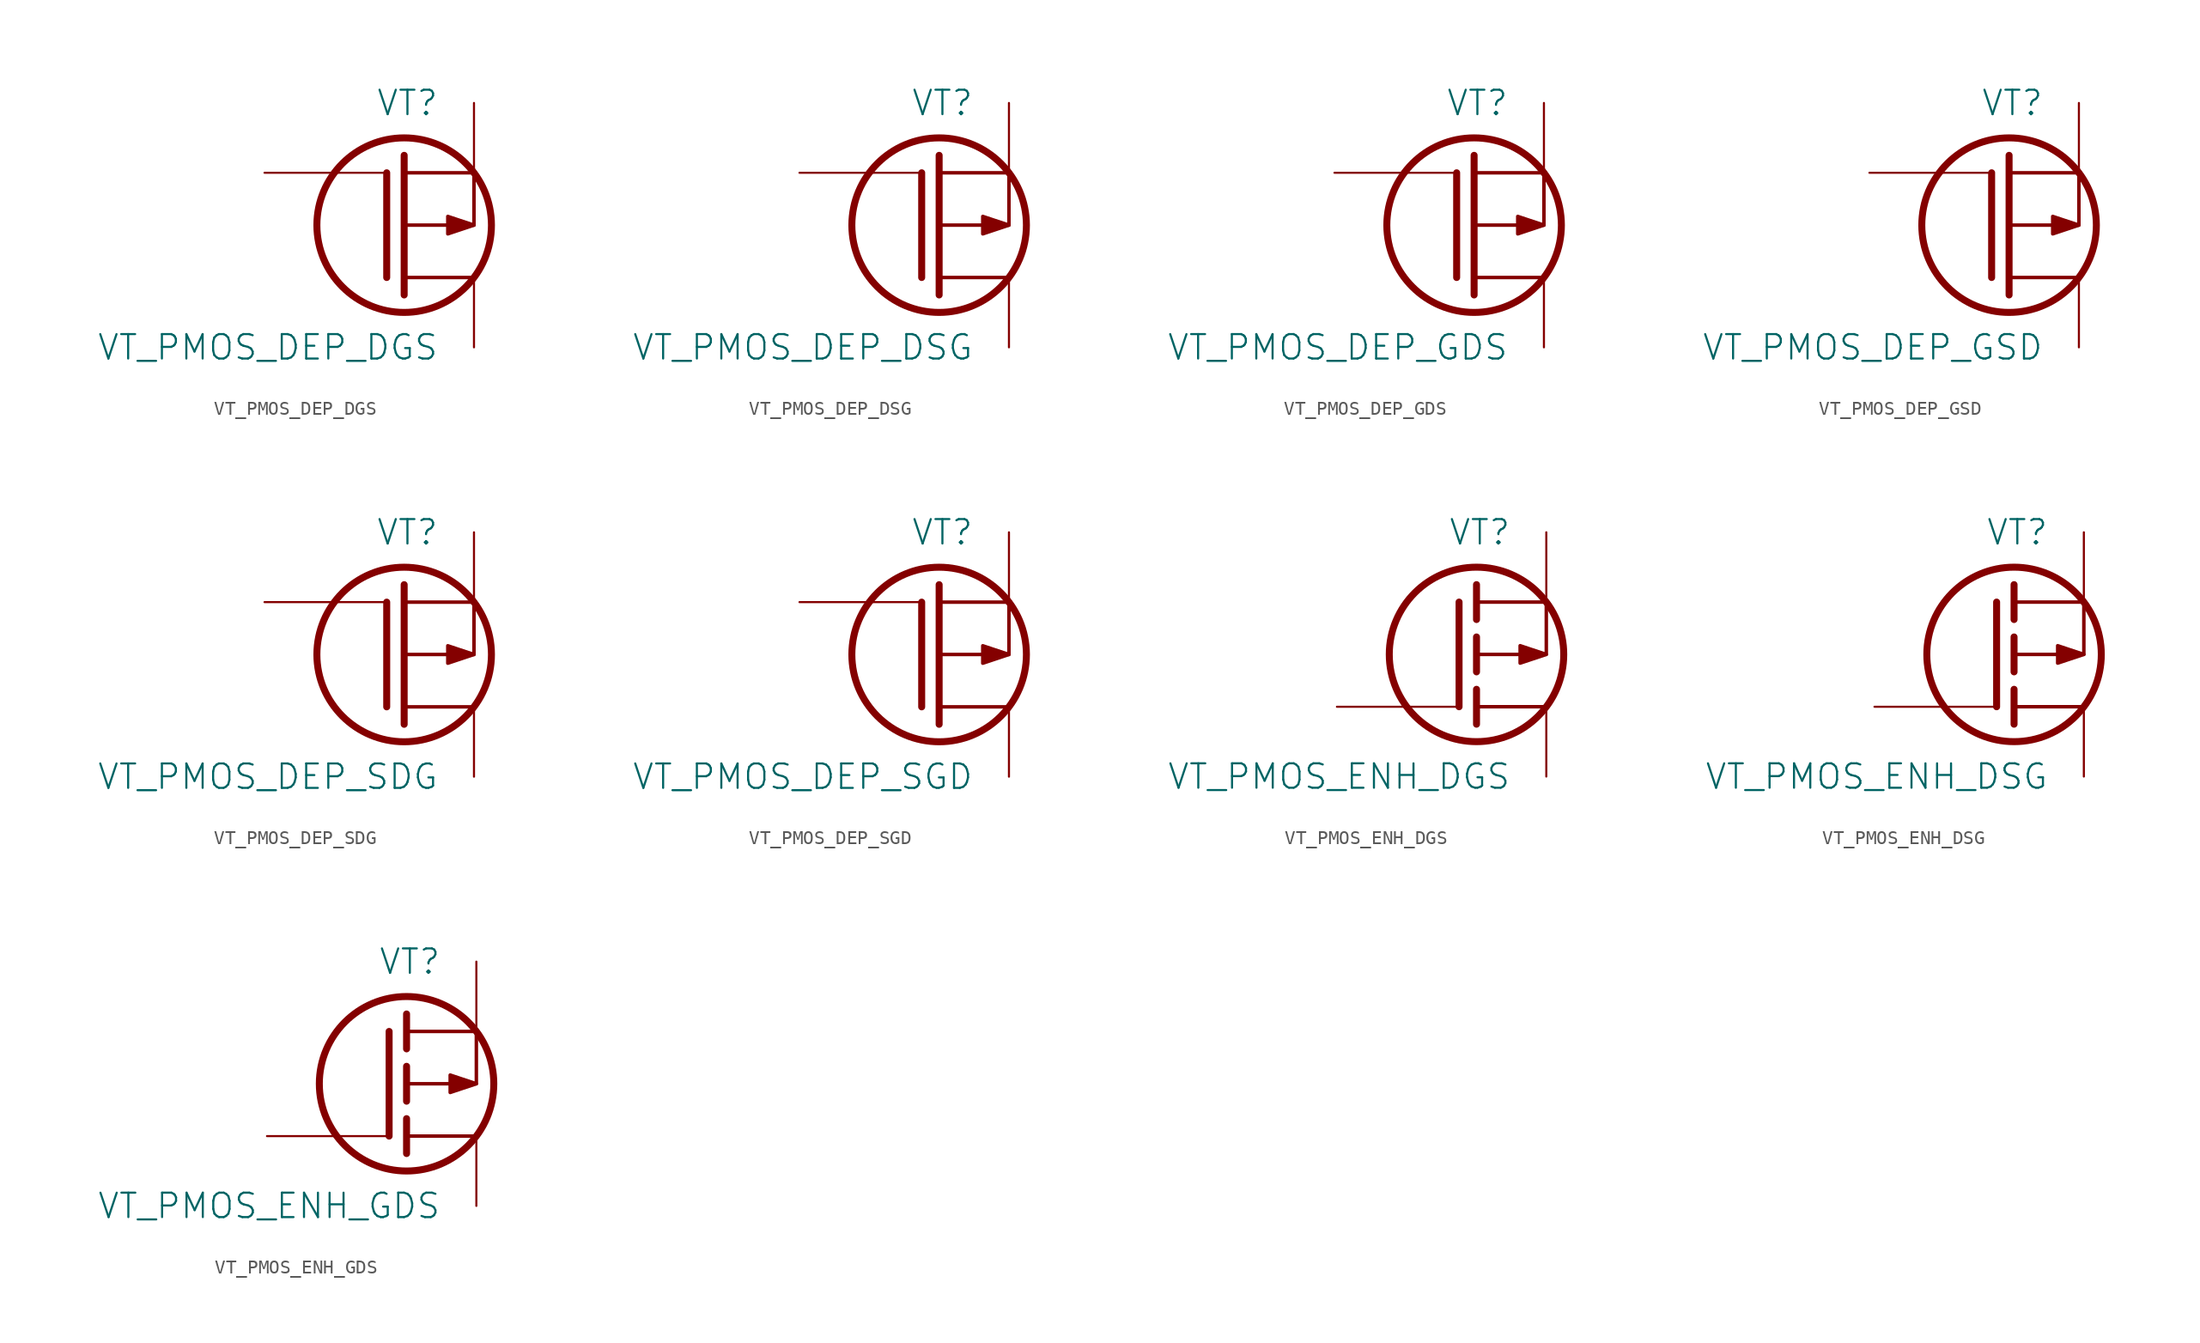
<source format=kicad_sym>
(kicad_symbol_lib
  (version 20211014)
  (generator kicad_symbol_editor)
  (symbol "VT_PMOS_DEP_DGS"
    (pin_names
      (offset 0))
    (property "Reference" "VT"
      (at 2.54 8.89 0)
      (effects (font (size 1.778 1.778)) (justify right)))
    (property "Value" "VT_PMOS_DEP_DGS"
      (at 2.54 -8.89 0)
      (effects (font (size 1.778 1.778)) (justify right)))
    (symbol "VT_PMOS_DEP_DGS_0_1"
      (polyline (pts (xy -10.16 3.81) (xy -1.27 3.81)) (stroke (width 0) (type default) (color 0 0 0 0)) (fill (type none)))
      (polyline (pts (xy -1.27 3.81) (xy -1.27 -3.81)) (stroke (width 0.508) (type default) (color 0 0 0 0)) (fill (type none)))
      (polyline (pts (xy 0 -3.81) (xy 5.08 -3.81)) (stroke (width 0.254) (type default) (color 0 0 0 0)) (fill (type none)))
      (polyline (pts (xy 0 3.81) (xy 5.08 3.81)) (stroke (width 0.254) (type default) (color 0 0 0 0)) (fill (type none)))
      (polyline (pts (xy 0 5.08) (xy 0 -5.08)) (stroke (width 0.508) (type default) (color 0 0 0 0)) (fill (type none)))
      (polyline (pts (xy 5.08 -3.81) (xy 5.08 -8.89)) (stroke (width 0) (type default) (color 0 0 0 0)) (fill (type none)))
      (polyline (pts (xy 5.08 3.81) (xy 5.08 8.89)) (stroke (width 0) (type default) (color 0 0 0 0)) (fill (type none)))
      (polyline (pts (xy 0 0) (xy 5.08 0) (xy 5.08 3.81)) (stroke (width 0.254) (type default) (color 0 0 0 0)) (fill (type none)))
      (polyline (pts (xy 3.175 -0.635) (xy 5.08 0) (xy 3.175 0.635) (xy 3.175 -0.635)) (stroke (width 0.254) (type default) (color 0 0 0 0)) (fill (type outline)))
      (circle (center 0 0) (radius 6.35) (stroke (width 0.508) (type default) (color 0 0 0 0)) (fill (type none))))
    (symbol "VT_PMOS_DEP_DGS_1_1"
      (pin passive line (at 5.08 -8.89 90) (length 2.54) hide (name "D" (effects (font (size 1.27 1.27)))) (number "1" (effects (font (size 1.27 1.27)))))
      (pin passive line (at -10.16 3.81 0) (length 2.54) hide (name "G" (effects (font (size 1.27 1.27)))) (number "2" (effects (font (size 1.27 1.27)))))
      (pin passive line (at 5.08 8.89 270) (length 2.54) hide (name "S" (effects (font (size 1.27 1.27)))) (number "3" (effects (font (size 1.27 1.27)))))))
  (symbol "VT_PMOS_DEP_DSG"
    (pin_names
      (offset 0))
    (property "Reference" "VT"
      (at 2.54 8.89 0)
      (effects (font (size 1.778 1.778)) (justify right)))
    (property "Value" "VT_PMOS_DEP_DSG"
      (at 2.54 -8.89 0)
      (effects (font (size 1.778 1.778)) (justify right)))
    (symbol "VT_PMOS_DEP_DSG_0_1"
      (polyline (pts (xy -10.16 3.81) (xy -1.27 3.81)) (stroke (width 0) (type default) (color 0 0 0 0)) (fill (type none)))
      (polyline (pts (xy -1.27 3.81) (xy -1.27 -3.81)) (stroke (width 0.508) (type default) (color 0 0 0 0)) (fill (type none)))
      (polyline (pts (xy 0 -3.81) (xy 5.08 -3.81)) (stroke (width 0.254) (type default) (color 0 0 0 0)) (fill (type none)))
      (polyline (pts (xy 0 3.81) (xy 5.08 3.81)) (stroke (width 0.254) (type default) (color 0 0 0 0)) (fill (type none)))
      (polyline (pts (xy 0 5.08) (xy 0 -5.08)) (stroke (width 0.508) (type default) (color 0 0 0 0)) (fill (type none)))
      (polyline (pts (xy 5.08 -3.81) (xy 5.08 -8.89)) (stroke (width 0) (type default) (color 0 0 0 0)) (fill (type none)))
      (polyline (pts (xy 5.08 3.81) (xy 5.08 8.89)) (stroke (width 0) (type default) (color 0 0 0 0)) (fill (type none)))
      (polyline (pts (xy 0 0) (xy 5.08 0) (xy 5.08 3.81)) (stroke (width 0.254) (type default) (color 0 0 0 0)) (fill (type none)))
      (polyline (pts (xy 3.175 -0.635) (xy 5.08 0) (xy 3.175 0.635) (xy 3.175 -0.635)) (stroke (width 0.254) (type default) (color 0 0 0 0)) (fill (type outline)))
      (circle (center 0 0) (radius 6.35) (stroke (width 0.508) (type default) (color 0 0 0 0)) (fill (type none))))
    (symbol "VT_PMOS_DEP_DSG_1_1"
      (pin passive line (at 5.08 -8.89 90) (length 2.54) hide (name "D" (effects (font (size 1.27 1.27)))) (number "1" (effects (font (size 1.27 1.27)))))
      (pin passive line (at 5.08 8.89 270) (length 2.54) hide (name "S" (effects (font (size 1.27 1.27)))) (number "2" (effects (font (size 1.27 1.27)))))
      (pin passive line (at -10.16 3.81 0) (length 2.54) hide (name "G" (effects (font (size 1.27 1.27)))) (number "3" (effects (font (size 1.27 1.27)))))))
  (symbol "VT_PMOS_DEP_GDS"
    (pin_names
      (offset 0))
    (property "Reference" "VT"
      (at 2.54 8.89 0)
      (effects (font (size 1.778 1.778)) (justify right)))
    (property "Value" "VT_PMOS_DEP_GDS"
      (at 2.54 -8.89 0)
      (effects (font (size 1.778 1.778)) (justify right)))
    (symbol "VT_PMOS_DEP_GDS_0_1"
      (polyline (pts (xy -10.16 3.81) (xy -1.27 3.81)) (stroke (width 0) (type default) (color 0 0 0 0)) (fill (type none)))
      (polyline (pts (xy -1.27 3.81) (xy -1.27 -3.81)) (stroke (width 0.508) (type default) (color 0 0 0 0)) (fill (type none)))
      (polyline (pts (xy 0 -3.81) (xy 5.08 -3.81)) (stroke (width 0.254) (type default) (color 0 0 0 0)) (fill (type none)))
      (polyline (pts (xy 0 3.81) (xy 5.08 3.81)) (stroke (width 0.254) (type default) (color 0 0 0 0)) (fill (type none)))
      (polyline (pts (xy 0 5.08) (xy 0 -5.08)) (stroke (width 0.508) (type default) (color 0 0 0 0)) (fill (type none)))
      (polyline (pts (xy 5.08 -3.81) (xy 5.08 -8.89)) (stroke (width 0) (type default) (color 0 0 0 0)) (fill (type none)))
      (polyline (pts (xy 5.08 3.81) (xy 5.08 8.89)) (stroke (width 0) (type default) (color 0 0 0 0)) (fill (type none)))
      (polyline (pts (xy 0 0) (xy 5.08 0) (xy 5.08 3.81)) (stroke (width 0.254) (type default) (color 0 0 0 0)) (fill (type none)))
      (polyline (pts (xy 3.175 -0.635) (xy 5.08 0) (xy 3.175 0.635) (xy 3.175 -0.635)) (stroke (width 0.254) (type default) (color 0 0 0 0)) (fill (type outline)))
      (circle (center 0 0) (radius 6.35) (stroke (width 0.508) (type default) (color 0 0 0 0)) (fill (type none))))
    (symbol "VT_PMOS_DEP_GDS_1_1"
      (pin passive line (at -10.16 3.81 0) (length 2.54) hide (name "G" (effects (font (size 1.27 1.27)))) (number "1" (effects (font (size 1.27 1.27)))))
      (pin passive line (at 5.08 -8.89 90) (length 2.54) hide (name "D" (effects (font (size 1.27 1.27)))) (number "2" (effects (font (size 1.27 1.27)))))
      (pin passive line (at 5.08 8.89 270) (length 2.54) hide (name "S" (effects (font (size 1.27 1.27)))) (number "3" (effects (font (size 1.27 1.27)))))))
  (symbol "VT_PMOS_DEP_GSD"
    (pin_names
      (offset 0))
    (property "Reference" "VT"
      (at 2.54 8.89 0)
      (effects (font (size 1.778 1.778)) (justify right)))
    (property "Value" "VT_PMOS_DEP_GSD"
      (at 2.54 -8.89 0)
      (effects (font (size 1.778 1.778)) (justify right)))
    (symbol "VT_PMOS_DEP_GSD_0_1"
      (polyline (pts (xy -10.16 3.81) (xy -1.27 3.81)) (stroke (width 0) (type default) (color 0 0 0 0)) (fill (type none)))
      (polyline (pts (xy -1.27 3.81) (xy -1.27 -3.81)) (stroke (width 0.508) (type default) (color 0 0 0 0)) (fill (type none)))
      (polyline (pts (xy 0 -3.81) (xy 5.08 -3.81)) (stroke (width 0.254) (type default) (color 0 0 0 0)) (fill (type none)))
      (polyline (pts (xy 0 3.81) (xy 5.08 3.81)) (stroke (width 0.254) (type default) (color 0 0 0 0)) (fill (type none)))
      (polyline (pts (xy 0 5.08) (xy 0 -5.08)) (stroke (width 0.508) (type default) (color 0 0 0 0)) (fill (type none)))
      (polyline (pts (xy 5.08 -3.81) (xy 5.08 -8.89)) (stroke (width 0) (type default) (color 0 0 0 0)) (fill (type none)))
      (polyline (pts (xy 5.08 3.81) (xy 5.08 8.89)) (stroke (width 0) (type default) (color 0 0 0 0)) (fill (type none)))
      (polyline (pts (xy 0 0) (xy 5.08 0) (xy 5.08 3.81)) (stroke (width 0.254) (type default) (color 0 0 0 0)) (fill (type none)))
      (polyline (pts (xy 3.175 -0.635) (xy 5.08 0) (xy 3.175 0.635) (xy 3.175 -0.635)) (stroke (width 0.254) (type default) (color 0 0 0 0)) (fill (type outline)))
      (circle (center 0 0) (radius 6.35) (stroke (width 0.508) (type default) (color 0 0 0 0)) (fill (type none))))
    (symbol "VT_PMOS_DEP_GSD_1_1"
      (pin passive line (at -10.16 3.81 0) (length 2.54) hide (name "G" (effects (font (size 1.27 1.27)))) (number "1" (effects (font (size 1.27 1.27)))))
      (pin passive line (at 5.08 8.89 270) (length 2.54) hide (name "S" (effects (font (size 1.27 1.27)))) (number "2" (effects (font (size 1.27 1.27)))))
      (pin passive line (at 5.08 -8.89 90) (length 2.54) hide (name "D" (effects (font (size 1.27 1.27)))) (number "3" (effects (font (size 1.27 1.27)))))))
  (symbol "VT_PMOS_DEP_SDG"
    (pin_names
      (offset 0))
    (property "Reference" "VT"
      (at 2.54 8.89 0)
      (effects (font (size 1.778 1.778)) (justify right)))
    (property "Value" "VT_PMOS_DEP_SDG"
      (at 2.54 -8.89 0)
      (effects (font (size 1.778 1.778)) (justify right)))
    (symbol "VT_PMOS_DEP_SDG_0_1"
      (polyline (pts (xy -10.16 3.81) (xy -1.27 3.81)) (stroke (width 0) (type default) (color 0 0 0 0)) (fill (type none)))
      (polyline (pts (xy -1.27 3.81) (xy -1.27 -3.81)) (stroke (width 0.508) (type default) (color 0 0 0 0)) (fill (type none)))
      (polyline (pts (xy 0 -3.81) (xy 5.08 -3.81)) (stroke (width 0.254) (type default) (color 0 0 0 0)) (fill (type none)))
      (polyline (pts (xy 0 3.81) (xy 5.08 3.81)) (stroke (width 0.254) (type default) (color 0 0 0 0)) (fill (type none)))
      (polyline (pts (xy 5.08 -3.81) (xy 5.08 -8.89)) (stroke (width 0) (type default) (color 0 0 0 0)) (fill (type none)))
      (polyline (pts (xy 5.08 3.81) (xy 5.08 8.89)) (stroke (width 0) (type default) (color 0 0 0 0)) (fill (type none)))
      (polyline (pts (xy 0 0) (xy 5.08 0) (xy 5.08 3.81)) (stroke (width 0.254) (type default) (color 0 0 0 0)) (fill (type none)))
      (polyline (pts (xy 3.175 -0.635) (xy 5.08 0) (xy 3.175 0.635) (xy 3.175 -0.635)) (stroke (width 0.254) (type default) (color 0 0 0 0)) (fill (type outline)))
      (circle (center 0 0) (radius 6.35) (stroke (width 0.508) (type default) (color 0 0 0 0)) (fill (type none))))
    (symbol "VT_PMOS_DEP_SDG_1_1"
      (polyline (pts (xy 0 5.08) (xy 0 -5.08)) (stroke (width 0.508) (type default) (color 0 0 0 0)) (fill (type none)))
      (pin passive line (at 5.08 8.89 270) (length 2.54) hide (name "S" (effects (font (size 1.27 1.27)))) (number "1" (effects (font (size 1.27 1.27)))))
      (pin passive line (at 5.08 -8.89 90) (length 2.54) hide (name "D" (effects (font (size 1.27 1.27)))) (number "2" (effects (font (size 1.27 1.27)))))
      (pin passive line (at -10.16 3.81 0) (length 2.54) hide (name "G" (effects (font (size 1.27 1.27)))) (number "3" (effects (font (size 1.27 1.27)))))))
  (symbol "VT_PMOS_DEP_SGD"
    (pin_names
      (offset 0))
    (property "Reference" "VT"
      (at 2.54 8.89 0)
      (effects (font (size 1.778 1.778)) (justify right)))
    (property "Value" "VT_PMOS_DEP_SGD"
      (at 2.54 -8.89 0)
      (effects (font (size 1.778 1.778)) (justify right)))
    (symbol "VT_PMOS_DEP_SGD_0_1"
      (polyline (pts (xy -10.16 3.81) (xy -1.27 3.81)) (stroke (width 0) (type default) (color 0 0 0 0)) (fill (type none)))
      (polyline (pts (xy -1.27 3.81) (xy -1.27 -3.81)) (stroke (width 0.508) (type default) (color 0 0 0 0)) (fill (type none)))
      (polyline (pts (xy 0 -3.81) (xy 5.08 -3.81)) (stroke (width 0.254) (type default) (color 0 0 0 0)) (fill (type none)))
      (polyline (pts (xy 0 3.81) (xy 5.08 3.81)) (stroke (width 0.254) (type default) (color 0 0 0 0)) (fill (type none)))
      (polyline (pts (xy 0 5.08) (xy 0 -5.08)) (stroke (width 0.508) (type default) (color 0 0 0 0)) (fill (type none)))
      (polyline (pts (xy 5.08 -3.81) (xy 5.08 -8.89)) (stroke (width 0) (type default) (color 0 0 0 0)) (fill (type none)))
      (polyline (pts (xy 5.08 3.81) (xy 5.08 8.89)) (stroke (width 0) (type default) (color 0 0 0 0)) (fill (type none)))
      (polyline (pts (xy 0 0) (xy 5.08 0) (xy 5.08 3.81)) (stroke (width 0.254) (type default) (color 0 0 0 0)) (fill (type none)))
      (polyline (pts (xy 3.175 -0.635) (xy 5.08 0) (xy 3.175 0.635) (xy 3.175 -0.635)) (stroke (width 0.254) (type default) (color 0 0 0 0)) (fill (type outline)))
      (circle (center 0 0) (radius 6.35) (stroke (width 0.508) (type default) (color 0 0 0 0)) (fill (type none))))
    (symbol "VT_PMOS_DEP_SGD_1_1"
      (pin passive line (at 5.08 8.89 270) (length 2.54) hide (name "S" (effects (font (size 1.27 1.27)))) (number "1" (effects (font (size 1.27 1.27)))))
      (pin passive line (at -10.16 3.81 0) (length 2.54) hide (name "G" (effects (font (size 1.27 1.27)))) (number "2" (effects (font (size 1.27 1.27)))))
      (pin passive line (at 5.08 -8.89 90) (length 2.54) hide (name "D" (effects (font (size 1.27 1.27)))) (number "3" (effects (font (size 1.27 1.27)))))))
  (symbol "VT_PMOS_ENH_DGS"
    (pin_names
      (offset 0))
    (property "Reference" "VT"
      (at 2.54 8.89 0)
      (effects (font (size 1.778 1.778)) (justify right)))
    (property "Value" "VT_PMOS_ENH_DGS"
      (at 2.54 -8.89 0)
      (effects (font (size 1.778 1.778)) (justify right)))
    (symbol "VT_PMOS_ENH_DGS_0_1"
      (polyline (pts (xy -10.16 -3.81) (xy -1.27 -3.81)) (stroke (width 0) (type default) (color 0 0 0 0)) (fill (type none)))
      (polyline (pts (xy -1.27 -3.81) (xy -1.27 3.81)) (stroke (width 0.508) (type default) (color 0 0 0 0)) (fill (type none)))
      (polyline (pts (xy 0 -3.81) (xy 5.08 -3.81)) (stroke (width 0.254) (type default) (color 0 0 0 0)) (fill (type none)))
      (polyline (pts (xy 0 -2.54) (xy 0 -5.08)) (stroke (width 0.508) (type default) (color 0 0 0 0)) (fill (type none)))
      (polyline (pts (xy 0 1.27) (xy 0 -1.27)) (stroke (width 0.508) (type default) (color 0 0 0 0)) (fill (type none)))
      (polyline (pts (xy 0 3.81) (xy 5.08 3.81)) (stroke (width 0.254) (type default) (color 0 0 0 0)) (fill (type none)))
      (polyline (pts (xy 0 5.08) (xy 0 2.54)) (stroke (width 0.508) (type default) (color 0 0 0 0)) (fill (type none)))
      (polyline (pts (xy 5.08 -3.81) (xy 5.08 -8.89)) (stroke (width 0) (type default) (color 0 0 0 0)) (fill (type none)))
      (polyline (pts (xy 5.08 3.81) (xy 5.08 8.89)) (stroke (width 0) (type default) (color 0 0 0 0)) (fill (type none)))
      (polyline (pts (xy 0 0) (xy 5.08 0) (xy 5.08 3.81)) (stroke (width 0.254) (type default) (color 0 0 0 0)) (fill (type none)))
      (polyline (pts (xy 3.175 -0.635) (xy 5.08 0) (xy 3.175 0.635) (xy 3.175 -0.635)) (stroke (width 0.254) (type default) (color 0 0 0 0)) (fill (type outline)))
      (circle (center 0 0) (radius 6.35) (stroke (width 0.508) (type default) (color 0 0 0 0)) (fill (type none))))
    (symbol "VT_PMOS_ENH_DGS_1_1"
      (pin passive line (at 5.08 -8.89 90) (length 2.54) hide (name "D" (effects (font (size 1.27 1.27)))) (number "1" (effects (font (size 1.27 1.27)))))
      (pin passive line (at -10.16 -3.81 0) (length 2.54) hide (name "G" (effects (font (size 1.27 1.27)))) (number "2" (effects (font (size 1.27 1.27)))))
      (pin passive line (at 5.08 8.89 270) (length 2.54) hide (name "S" (effects (font (size 1.27 1.27)))) (number "3" (effects (font (size 1.27 1.27)))))))
  (symbol "VT_PMOS_ENH_DSG"
    (pin_names
      (offset 0))
    (property "Reference" "VT"
      (at 2.54 8.89 0)
      (effects (font (size 1.778 1.778)) (justify right)))
    (property "Value" "VT_PMOS_ENH_DSG"
      (at 2.54 -8.89 0)
      (effects (font (size 1.778 1.778)) (justify right)))
    (symbol "VT_PMOS_ENH_DSG_0_1"
      (polyline (pts (xy -10.16 -3.81) (xy -1.27 -3.81)) (stroke (width 0) (type default) (color 0 0 0 0)) (fill (type none)))
      (polyline (pts (xy -1.27 -3.81) (xy -1.27 3.81)) (stroke (width 0.508) (type default) (color 0 0 0 0)) (fill (type none)))
      (polyline (pts (xy 0 -3.81) (xy 5.08 -3.81)) (stroke (width 0.254) (type default) (color 0 0 0 0)) (fill (type none)))
      (polyline (pts (xy 0 -2.54) (xy 0 -5.08)) (stroke (width 0.508) (type default) (color 0 0 0 0)) (fill (type none)))
      (polyline (pts (xy 0 1.27) (xy 0 -1.27)) (stroke (width 0.508) (type default) (color 0 0 0 0)) (fill (type none)))
      (polyline (pts (xy 0 3.81) (xy 5.08 3.81)) (stroke (width 0.254) (type default) (color 0 0 0 0)) (fill (type none)))
      (polyline (pts (xy 0 5.08) (xy 0 2.54)) (stroke (width 0.508) (type default) (color 0 0 0 0)) (fill (type none)))
      (polyline (pts (xy 5.08 -3.81) (xy 5.08 -8.89)) (stroke (width 0) (type default) (color 0 0 0 0)) (fill (type none)))
      (polyline (pts (xy 5.08 3.81) (xy 5.08 8.89)) (stroke (width 0) (type default) (color 0 0 0 0)) (fill (type none)))
      (polyline (pts (xy 0 0) (xy 5.08 0) (xy 5.08 3.81)) (stroke (width 0.254) (type default) (color 0 0 0 0)) (fill (type none)))
      (polyline (pts (xy 3.175 -0.635) (xy 5.08 0) (xy 3.175 0.635) (xy 3.175 -0.635)) (stroke (width 0.254) (type default) (color 0 0 0 0)) (fill (type outline)))
      (circle (center 0 0) (radius 6.35) (stroke (width 0.508) (type default) (color 0 0 0 0)) (fill (type none))))
    (symbol "VT_PMOS_ENH_DSG_1_1"
      (pin passive line (at 5.08 -8.89 90) (length 2.54) hide (name "D" (effects (font (size 1.27 1.27)))) (number "1" (effects (font (size 1.27 1.27)))))
      (pin passive line (at 5.08 8.89 270) (length 2.54) hide (name "S" (effects (font (size 1.27 1.27)))) (number "2" (effects (font (size 1.27 1.27)))))
      (pin passive line (at -10.16 -3.81 0) (length 2.54) hide (name "G" (effects (font (size 1.27 1.27)))) (number "3" (effects (font (size 1.27 1.27)))))))
  (symbol "VT_PMOS_ENH_GDS"
    (pin_names
      (offset 0))
    (property "Reference" "VT"
      (at 2.54 8.89 0)
      (effects (font (size 1.778 1.778)) (justify right)))
    (property "Value" "VT_PMOS_ENH_GDS"
      (at 2.54 -8.89 0)
      (effects (font (size 1.778 1.778)) (justify right)))
    (symbol "VT_PMOS_ENH_GDS_0_1"
      (polyline (pts (xy -10.16 -3.81) (xy -1.27 -3.81)) (stroke (width 0) (type default) (color 0 0 0 0)) (fill (type none)))
      (polyline (pts (xy -1.27 -3.81) (xy -1.27 3.81)) (stroke (width 0.508) (type default) (color 0 0 0 0)) (fill (type none)))
      (polyline (pts (xy 0 -3.81) (xy 5.08 -3.81)) (stroke (width 0.254) (type default) (color 0 0 0 0)) (fill (type none)))
      (polyline (pts (xy 0 -2.54) (xy 0 -5.08)) (stroke (width 0.508) (type default) (color 0 0 0 0)) (fill (type none)))
      (polyline (pts (xy 0 1.27) (xy 0 -1.27)) (stroke (width 0.508) (type default) (color 0 0 0 0)) (fill (type none)))
      (polyline (pts (xy 0 3.81) (xy 5.08 3.81)) (stroke (width 0.254) (type default) (color 0 0 0 0)) (fill (type none)))
      (polyline (pts (xy 0 5.08) (xy 0 2.54)) (stroke (width 0.508) (type default) (color 0 0 0 0)) (fill (type none)))
      (polyline (pts (xy 5.08 -3.81) (xy 5.08 -8.89)) (stroke (width 0) (type default) (color 0 0 0 0)) (fill (type none)))
      (polyline (pts (xy 5.08 3.81) (xy 5.08 8.89)) (stroke (width 0) (type default) (color 0 0 0 0)) (fill (type none)))
      (polyline (pts (xy 0 0) (xy 5.08 0) (xy 5.08 3.81)) (stroke (width 0.254) (type default) (color 0 0 0 0)) (fill (type none)))
      (polyline (pts (xy 3.175 -0.635) (xy 5.08 0) (xy 3.175 0.635) (xy 3.175 -0.635)) (stroke (width 0.254) (type default) (color 0 0 0 0)) (fill (type outline)))
      (circle (center 0 0) (radius 6.35) (stroke (width 0.508) (type default) (color 0 0 0 0)) (fill (type none))))
    (symbol "VT_PMOS_ENH_GDS_1_1"
      (pin passive line (at -10.16 -3.81 0) (length 2.54) hide (name "G" (effects (font (size 1.27 1.27)))) (number "1" (effects (font (size 1.27 1.27)))))
      (pin passive line (at 5.08 -8.89 90) (length 2.54) hide (name "D" (effects (font (size 1.27 1.27)))) (number "2" (effects (font (size 1.27 1.27)))))
      (pin passive line (at 5.08 8.89 270) (length 2.54) hide (name "S" (effects (font (size 1.27 1.27)))) (number "3" (effects (font (size 1.27 1.27))))))))
</source>
